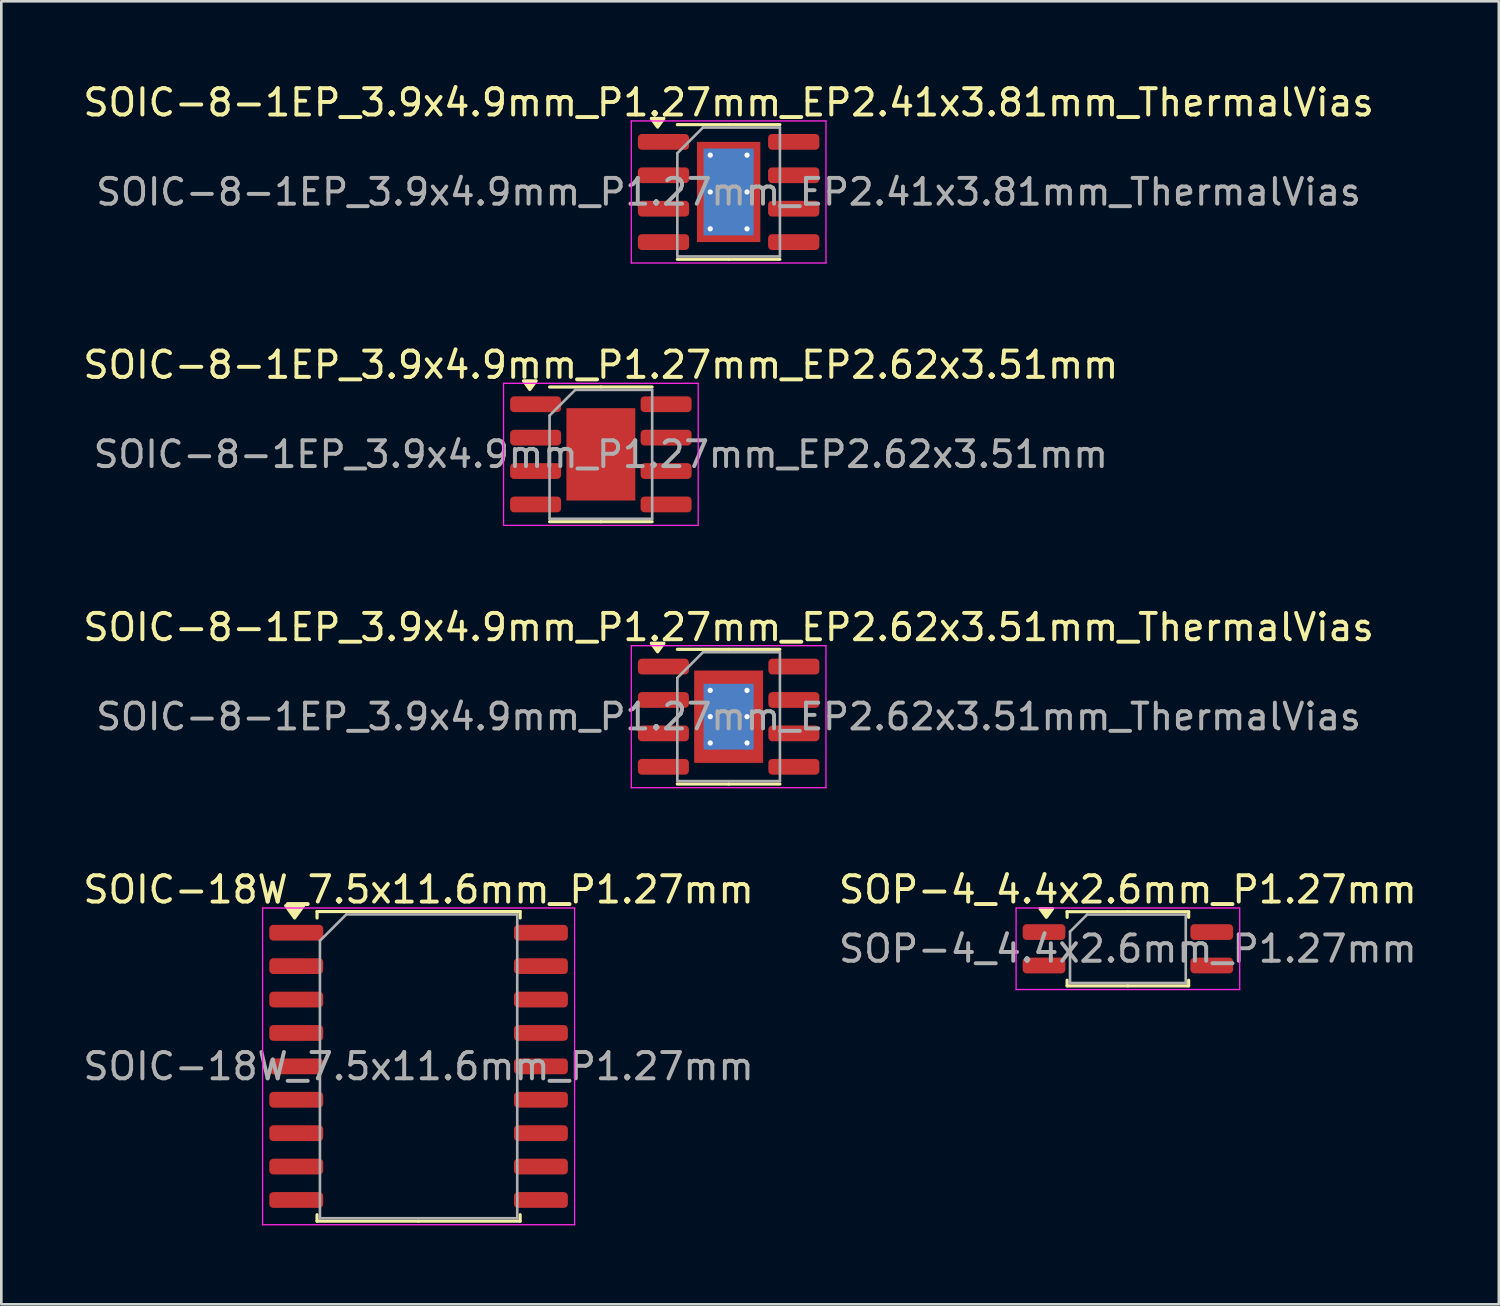
<source format=kicad_pcb>
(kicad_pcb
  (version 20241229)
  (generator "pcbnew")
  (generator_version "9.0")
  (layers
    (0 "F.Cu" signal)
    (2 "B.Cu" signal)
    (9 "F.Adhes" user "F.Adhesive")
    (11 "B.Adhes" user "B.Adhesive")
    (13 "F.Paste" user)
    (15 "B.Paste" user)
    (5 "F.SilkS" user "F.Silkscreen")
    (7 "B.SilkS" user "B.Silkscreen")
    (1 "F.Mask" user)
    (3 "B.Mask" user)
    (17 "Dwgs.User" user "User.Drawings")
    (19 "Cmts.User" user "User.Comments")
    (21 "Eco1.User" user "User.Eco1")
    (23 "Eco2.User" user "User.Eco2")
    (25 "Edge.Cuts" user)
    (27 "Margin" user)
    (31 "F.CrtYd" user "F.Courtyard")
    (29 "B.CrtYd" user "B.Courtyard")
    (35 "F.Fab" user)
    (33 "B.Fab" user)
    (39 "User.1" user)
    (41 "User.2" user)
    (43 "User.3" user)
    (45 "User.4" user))
  (footprint "SOIC-8-1EP_3.9x4.9mm_P1.27mm_EP2.41x3.81mm_ThermalVias"
    (layer "F.Cu")
    (at 24.649 4.248)
    (property "Reference" "SOIC-8-1EP_3.9x4.9mm_P1.27mm_EP2.41x3.81mm_ThermalVias" (at 0 -3.4 0) (layer "F.SilkS") (effects (font (size 1 1) (thickness 0.15))))
    (attr smd)
    (fp_line (start 0 -2.56) (end -1.95 -2.56) (stroke (width 0.12) (type solid)) (layer "F.SilkS"))
    (fp_line (start 0 -2.56) (end 1.95 -2.56) (stroke (width 0.12) (type solid)) (layer "F.SilkS"))
    (fp_line (start 0 2.56) (end -1.95 2.56) (stroke (width 0.12) (type solid)) (layer "F.SilkS"))
    (fp_line (start 0 2.56) (end 1.95 2.56) (stroke (width 0.12) (type solid)) (layer "F.SilkS"))
    (fp_poly (pts (xy -2.7 -2.465) (xy -2.94 -2.795) (xy -2.46 -2.795) (xy -2.7 -2.465)) (stroke (width 0.12) (type solid)) (fill yes) (layer "F.SilkS"))
    (fp_line (start -3.7 -2.7) (end -3.7 2.7) (stroke (width 0.05) (type solid)) (layer "F.CrtYd"))
    (fp_line (start -3.7 2.7) (end 3.7 2.7) (stroke (width 0.05) (type solid)) (layer "F.CrtYd"))
    (fp_line (start 3.7 -2.7) (end -3.7 -2.7) (stroke (width 0.05) (type solid)) (layer "F.CrtYd"))
    (fp_line (start 3.7 2.7) (end 3.7 -2.7) (stroke (width 0.05) (type solid)) (layer "F.CrtYd"))
    (fp_line (start -1.95 -1.475) (end -0.975 -2.45) (stroke (width 0.1) (type solid)) (layer "F.Fab"))
    (fp_line (start -1.95 2.45) (end -1.95 -1.475) (stroke (width 0.1) (type solid)) (layer "F.Fab"))
    (fp_line (start -0.975 -2.45) (end 1.95 -2.45) (stroke (width 0.1) (type solid)) (layer "F.Fab"))
    (fp_line (start 1.95 -2.45) (end 1.95 2.45) (stroke (width 0.1) (type solid)) (layer "F.Fab"))
    (fp_line (start 1.95 2.45) (end -1.95 2.45) (stroke (width 0.1) (type solid)) (layer "F.Fab"))
    (fp_text user "${REFERENCE}" (at 0 0 0) (layer "F.Fab") (effects (font (size 0.98 0.98) (thickness 0.15))))
    (pad "" smd roundrect (at -0.6 -0.95) (size 1.01 1.59) (layers "F.Paste") (roundrect_rratio 0.248))
    (pad "" smd roundrect (at -0.6 0.95) (size 1.01 1.59) (layers "F.Paste") (roundrect_rratio 0.248))
    (pad "" smd roundrect (at 0.6 -0.95) (size 1.01 1.59) (layers "F.Paste") (roundrect_rratio 0.248))
    (pad "" smd roundrect (at 0.6 0.95) (size 1.01 1.59) (layers "F.Paste") (roundrect_rratio 0.248))
    (pad "1" smd roundrect (at -2.475 -1.905) (size 1.95 0.6) (layers "F.Cu" "F.Mask" "F.Paste") (roundrect_rratio 0.25))
    (pad "2" smd roundrect (at -2.475 -0.635) (size 1.95 0.6) (layers "F.Cu" "F.Mask" "F.Paste") (roundrect_rratio 0.25))
    (pad "3" smd roundrect (at -2.475 0.635) (size 1.95 0.6) (layers "F.Cu" "F.Mask" "F.Paste") (roundrect_rratio 0.25))
    (pad "4" smd roundrect (at -2.475 1.905) (size 1.95 0.6) (layers "F.Cu" "F.Mask" "F.Paste") (roundrect_rratio 0.25))
    (pad "5" smd roundrect (at 2.475 1.905) (size 1.95 0.6) (layers "F.Cu" "F.Mask" "F.Paste") (roundrect_rratio 0.25))
    (pad "6" smd roundrect (at 2.475 0.635) (size 1.95 0.6) (layers "F.Cu" "F.Mask" "F.Paste") (roundrect_rratio 0.25))
    (pad "7" smd roundrect (at 2.475 -0.635) (size 1.95 0.6) (layers "F.Cu" "F.Mask" "F.Paste") (roundrect_rratio 0.25))
    (pad "8" smd roundrect (at 2.475 -1.905) (size 1.95 0.6) (layers "F.Cu" "F.Mask" "F.Paste") (roundrect_rratio 0.25))
    (pad "9" thru_hole circle (at -0.7 -1.4) (size 0.5 0.5) (drill 0.2) (property pad_prop_heatsink) (layers "*.Cu"))
    (pad "9" thru_hole circle (at -0.7 0) (size 0.5 0.5) (drill 0.2) (property pad_prop_heatsink) (layers "*.Cu"))
    (pad "9" thru_hole circle (at -0.7 1.4) (size 0.5 0.5) (drill 0.2) (property pad_prop_heatsink) (layers "*.Cu"))
    (pad "9" smd rect (at 0 0) (size 1.9 3.3) (property pad_prop_heatsink) (layers "B.Cu"))
    (pad "9" smd rect (at 0 0) (size 2.41 3.81) (property pad_prop_heatsink) (layers "F.Cu" "F.Mask"))
    (pad "9" thru_hole circle (at 0.7 -1.4) (size 0.5 0.5) (drill 0.2) (property pad_prop_heatsink) (layers "*.Cu"))
    (pad "9" thru_hole circle (at 0.7 0) (size 0.5 0.5) (drill 0.2) (property pad_prop_heatsink) (layers "*.Cu"))
    (pad "9" thru_hole circle (at 0.7 1.4) (size 0.5 0.5) (drill 0.2) (property pad_prop_heatsink) (layers "*.Cu")))
  (footprint "SOIC-18W_7.5x11.6mm_P1.27mm"
    (layer "F.Cu")
    (at 12.863 37.488)
    (property "Reference" "SOIC-18W_7.5x11.6mm_P1.27mm" (at 0 -6.72 0) (layer "F.SilkS") (effects (font (size 1 1) (thickness 0.15))))
    (attr smd)
    (fp_line (start -3.86 -5.885) (end -3.86 -5.64) (stroke (width 0.12) (type solid)) (layer "F.SilkS"))
    (fp_line (start -3.86 5.885) (end -3.86 5.64) (stroke (width 0.12) (type solid)) (layer "F.SilkS"))
    (fp_line (start 0 -5.885) (end -3.86 -5.885) (stroke (width 0.12) (type solid)) (layer "F.SilkS"))
    (fp_line (start 0 -5.885) (end 3.86 -5.885) (stroke (width 0.12) (type solid)) (layer "F.SilkS"))
    (fp_line (start 0 5.885) (end -3.86 5.885) (stroke (width 0.12) (type solid)) (layer "F.SilkS"))
    (fp_line (start 0 5.885) (end 3.86 5.885) (stroke (width 0.12) (type solid)) (layer "F.SilkS"))
    (fp_line (start 3.86 -5.885) (end 3.86 -5.64) (stroke (width 0.12) (type solid)) (layer "F.SilkS"))
    (fp_line (start 3.86 5.885) (end 3.86 5.64) (stroke (width 0.12) (type solid)) (layer "F.SilkS"))
    (fp_poly (pts (xy -4.713 -5.64) (xy -5.053 -6.11) (xy -4.372 -6.11) (xy -4.713 -5.64)) (stroke (width 0.12) (type solid)) (fill yes) (layer "F.SilkS"))
    (fp_line (start -5.93 -6.02) (end -5.93 6.02) (stroke (width 0.05) (type solid)) (layer "F.CrtYd"))
    (fp_line (start -5.93 6.02) (end 5.93 6.02) (stroke (width 0.05) (type solid)) (layer "F.CrtYd"))
    (fp_line (start 5.93 -6.02) (end -5.93 -6.02) (stroke (width 0.05) (type solid)) (layer "F.CrtYd"))
    (fp_line (start 5.93 6.02) (end 5.93 -6.02) (stroke (width 0.05) (type solid)) (layer "F.CrtYd"))
    (fp_line (start -3.75 -4.775) (end -2.75 -5.775) (stroke (width 0.1) (type solid)) (layer "F.Fab"))
    (fp_line (start -3.75 5.775) (end -3.75 -4.775) (stroke (width 0.1) (type solid)) (layer "F.Fab"))
    (fp_line (start -2.75 -5.775) (end 3.75 -5.775) (stroke (width 0.1) (type solid)) (layer "F.Fab"))
    (fp_line (start 3.75 -5.775) (end 3.75 5.775) (stroke (width 0.1) (type solid)) (layer "F.Fab"))
    (fp_line (start 3.75 5.775) (end -3.75 5.775) (stroke (width 0.1) (type solid)) (layer "F.Fab"))
    (fp_text user "${REFERENCE}" (at 0 0 0) (layer "F.Fab") (effects (font (size 1 1) (thickness 0.15))))
    (pad "1" smd roundrect (at -4.65 -5.08) (size 2.05 0.6) (layers "F.Cu" "F.Mask" "F.Paste") (roundrect_rratio 0.25))
    (pad "2" smd roundrect (at -4.65 -3.81) (size 2.05 0.6) (layers "F.Cu" "F.Mask" "F.Paste") (roundrect_rratio 0.25))
    (pad "3" smd roundrect (at -4.65 -2.54) (size 2.05 0.6) (layers "F.Cu" "F.Mask" "F.Paste") (roundrect_rratio 0.25))
    (pad "4" smd roundrect (at -4.65 -1.27) (size 2.05 0.6) (layers "F.Cu" "F.Mask" "F.Paste") (roundrect_rratio 0.25))
    (pad "5" smd roundrect (at -4.65 0) (size 2.05 0.6) (layers "F.Cu" "F.Mask" "F.Paste") (roundrect_rratio 0.25))
    (pad "6" smd roundrect (at -4.65 1.27) (size 2.05 0.6) (layers "F.Cu" "F.Mask" "F.Paste") (roundrect_rratio 0.25))
    (pad "7" smd roundrect (at -4.65 2.54) (size 2.05 0.6) (layers "F.Cu" "F.Mask" "F.Paste") (roundrect_rratio 0.25))
    (pad "8" smd roundrect (at -4.65 3.81) (size 2.05 0.6) (layers "F.Cu" "F.Mask" "F.Paste") (roundrect_rratio 0.25))
    (pad "9" smd roundrect (at -4.65 5.08) (size 2.05 0.6) (layers "F.Cu" "F.Mask" "F.Paste") (roundrect_rratio 0.25))
    (pad "10" smd roundrect (at 4.65 5.08) (size 2.05 0.6) (layers "F.Cu" "F.Mask" "F.Paste") (roundrect_rratio 0.25))
    (pad "11" smd roundrect (at 4.65 3.81) (size 2.05 0.6) (layers "F.Cu" "F.Mask" "F.Paste") (roundrect_rratio 0.25))
    (pad "12" smd roundrect (at 4.65 2.54) (size 2.05 0.6) (layers "F.Cu" "F.Mask" "F.Paste") (roundrect_rratio 0.25))
    (pad "13" smd roundrect (at 4.65 1.27) (size 2.05 0.6) (layers "F.Cu" "F.Mask" "F.Paste") (roundrect_rratio 0.25))
    (pad "14" smd roundrect (at 4.65 0) (size 2.05 0.6) (layers "F.Cu" "F.Mask" "F.Paste") (roundrect_rratio 0.25))
    (pad "15" smd roundrect (at 4.65 -1.27) (size 2.05 0.6) (layers "F.Cu" "F.Mask" "F.Paste") (roundrect_rratio 0.25))
    (pad "16" smd roundrect (at 4.65 -2.54) (size 2.05 0.6) (layers "F.Cu" "F.Mask" "F.Paste") (roundrect_rratio 0.25))
    (pad "17" smd roundrect (at 4.65 -3.81) (size 2.05 0.6) (layers "F.Cu" "F.Mask" "F.Paste") (roundrect_rratio 0.25))
    (pad "18" smd roundrect (at 4.65 -5.08) (size 2.05 0.6) (layers "F.Cu" "F.Mask" "F.Paste") (roundrect_rratio 0.25)))
  (footprint "SOIC-8-1EP_3.9x4.9mm_P1.27mm_EP2.62x3.51mm_ThermalVias"
    (layer "F.Cu")
    (at 24.649 24.195)
    (property "Reference" "SOIC-8-1EP_3.9x4.9mm_P1.27mm_EP2.62x3.51mm_ThermalVias" (at 0 -3.4 0) (layer "F.SilkS") (effects (font (size 1 1) (thickness 0.15))))
    (attr smd)
    (fp_line (start 0 -2.56) (end -1.95 -2.56) (stroke (width 0.12) (type solid)) (layer "F.SilkS"))
    (fp_line (start 0 -2.56) (end 1.95 -2.56) (stroke (width 0.12) (type solid)) (layer "F.SilkS"))
    (fp_line (start 0 2.56) (end -1.95 2.56) (stroke (width 0.12) (type solid)) (layer "F.SilkS"))
    (fp_line (start 0 2.56) (end 1.95 2.56) (stroke (width 0.12) (type solid)) (layer "F.SilkS"))
    (fp_poly (pts (xy -2.7 -2.465) (xy -2.94 -2.795) (xy -2.46 -2.795) (xy -2.7 -2.465)) (stroke (width 0.12) (type solid)) (fill yes) (layer "F.SilkS"))
    (fp_line (start -3.7 -2.7) (end -3.7 2.7) (stroke (width 0.05) (type solid)) (layer "F.CrtYd"))
    (fp_line (start -3.7 2.7) (end 3.7 2.7) (stroke (width 0.05) (type solid)) (layer "F.CrtYd"))
    (fp_line (start 3.7 -2.7) (end -3.7 -2.7) (stroke (width 0.05) (type solid)) (layer "F.CrtYd"))
    (fp_line (start 3.7 2.7) (end 3.7 -2.7) (stroke (width 0.05) (type solid)) (layer "F.CrtYd"))
    (fp_line (start -1.95 -1.475) (end -0.975 -2.45) (stroke (width 0.1) (type solid)) (layer "F.Fab"))
    (fp_line (start -1.95 2.45) (end -1.95 -1.475) (stroke (width 0.1) (type solid)) (layer "F.Fab"))
    (fp_line (start -0.975 -2.45) (end 1.95 -2.45) (stroke (width 0.1) (type solid)) (layer "F.Fab"))
    (fp_line (start 1.95 -2.45) (end 1.95 2.45) (stroke (width 0.1) (type solid)) (layer "F.Fab"))
    (fp_line (start 1.95 2.45) (end -1.95 2.45) (stroke (width 0.1) (type solid)) (layer "F.Fab"))
    (fp_text user "${REFERENCE}" (at 0 0 0) (layer "F.Fab") (effects (font (size 0.98 0.98) (thickness 0.15))))
    (pad "" smd roundrect (at -0.655 -0.875) (size 1.1 1.47) (layers "F.Paste") (roundrect_rratio 0.227))
    (pad "" smd roundrect (at -0.655 0.875) (size 1.1 1.47) (layers "F.Paste") (roundrect_rratio 0.227))
    (pad "" smd roundrect (at 0.655 -0.875) (size 1.1 1.47) (layers "F.Paste") (roundrect_rratio 0.227))
    (pad "" smd roundrect (at 0.655 0.875) (size 1.1 1.47) (layers "F.Paste") (roundrect_rratio 0.227))
    (pad "1" smd roundrect (at -2.48 -1.905) (size 1.94 0.6) (layers "F.Cu" "F.Mask" "F.Paste") (roundrect_rratio 0.25))
    (pad "2" smd roundrect (at -2.48 -0.635) (size 1.94 0.6) (layers "F.Cu" "F.Mask" "F.Paste") (roundrect_rratio 0.25))
    (pad "3" smd roundrect (at -2.48 0.635) (size 1.94 0.6) (layers "F.Cu" "F.Mask" "F.Paste") (roundrect_rratio 0.25))
    (pad "4" smd roundrect (at -2.48 1.905) (size 1.94 0.6) (layers "F.Cu" "F.Mask" "F.Paste") (roundrect_rratio 0.25))
    (pad "5" smd roundrect (at 2.48 1.905) (size 1.94 0.6) (layers "F.Cu" "F.Mask" "F.Paste") (roundrect_rratio 0.25))
    (pad "6" smd roundrect (at 2.48 0.635) (size 1.94 0.6) (layers "F.Cu" "F.Mask" "F.Paste") (roundrect_rratio 0.25))
    (pad "7" smd roundrect (at 2.48 -0.635) (size 1.94 0.6) (layers "F.Cu" "F.Mask" "F.Paste") (roundrect_rratio 0.25))
    (pad "8" smd roundrect (at 2.48 -1.905) (size 1.94 0.6) (layers "F.Cu" "F.Mask" "F.Paste") (roundrect_rratio 0.25))
    (pad "9" thru_hole circle (at -0.7 -1) (size 0.5 0.5) (drill 0.2) (property pad_prop_heatsink) (layers "*.Cu"))
    (pad "9" thru_hole circle (at -0.7 0) (size 0.5 0.5) (drill 0.2) (property pad_prop_heatsink) (layers "*.Cu"))
    (pad "9" thru_hole circle (at -0.7 1) (size 0.5 0.5) (drill 0.2) (property pad_prop_heatsink) (layers "*.Cu"))
    (pad "9" smd rect (at 0 0) (size 1.9 2.5) (property pad_prop_heatsink) (layers "B.Cu"))
    (pad "9" smd rect (at 0 0) (size 2.62 3.51) (property pad_prop_heatsink) (layers "F.Cu" "F.Mask"))
    (pad "9" thru_hole circle (at 0.7 -1) (size 0.5 0.5) (drill 0.2) (property pad_prop_heatsink) (layers "*.Cu"))
    (pad "9" thru_hole circle (at 0.7 0) (size 0.5 0.5) (drill 0.2) (property pad_prop_heatsink) (layers "*.Cu"))
    (pad "9" thru_hole circle (at 0.7 1) (size 0.5 0.5) (drill 0.2) (property pad_prop_heatsink) (layers "*.Cu")))
  (footprint "SOIC-8-1EP_3.9x4.9mm_P1.27mm_EP2.62x3.51mm"
    (layer "F.Cu")
    (at 19.792 14.222)
    (property "Reference" "SOIC-8-1EP_3.9x4.9mm_P1.27mm_EP2.62x3.51mm" (at 0 -3.4 0) (layer "F.SilkS") (effects (font (size 1 1) (thickness 0.15))))
    (attr smd)
    (fp_line (start 0 -2.56) (end -1.95 -2.56) (stroke (width 0.12) (type solid)) (layer "F.SilkS"))
    (fp_line (start 0 -2.56) (end 1.95 -2.56) (stroke (width 0.12) (type solid)) (layer "F.SilkS"))
    (fp_line (start 0 2.56) (end -1.95 2.56) (stroke (width 0.12) (type solid)) (layer "F.SilkS"))
    (fp_line (start 0 2.56) (end 1.95 2.56) (stroke (width 0.12) (type solid)) (layer "F.SilkS"))
    (fp_poly (pts (xy -2.7 -2.465) (xy -2.94 -2.795) (xy -2.46 -2.795) (xy -2.7 -2.465)) (stroke (width 0.12) (type solid)) (fill yes) (layer "F.SilkS"))
    (fp_line (start -3.7 -2.7) (end -3.7 2.7) (stroke (width 0.05) (type solid)) (layer "F.CrtYd"))
    (fp_line (start -3.7 2.7) (end 3.7 2.7) (stroke (width 0.05) (type solid)) (layer "F.CrtYd"))
    (fp_line (start 3.7 -2.7) (end -3.7 -2.7) (stroke (width 0.05) (type solid)) (layer "F.CrtYd"))
    (fp_line (start 3.7 2.7) (end 3.7 -2.7) (stroke (width 0.05) (type solid)) (layer "F.CrtYd"))
    (fp_line (start -1.95 -1.475) (end -0.975 -2.45) (stroke (width 0.1) (type solid)) (layer "F.Fab"))
    (fp_line (start -1.95 2.45) (end -1.95 -1.475) (stroke (width 0.1) (type solid)) (layer "F.Fab"))
    (fp_line (start -0.975 -2.45) (end 1.95 -2.45) (stroke (width 0.1) (type solid)) (layer "F.Fab"))
    (fp_line (start 1.95 -2.45) (end 1.95 2.45) (stroke (width 0.1) (type solid)) (layer "F.Fab"))
    (fp_line (start 1.95 2.45) (end -1.95 2.45) (stroke (width 0.1) (type solid)) (layer "F.Fab"))
    (fp_text user "${REFERENCE}" (at 0 0 0) (layer "F.Fab") (effects (font (size 0.98 0.98) (thickness 0.15))))
    (pad "" smd roundrect (at -0.655 -0.875) (size 1.06 1.41) (layers "F.Paste") (roundrect_rratio 0.236))
    (pad "" smd roundrect (at -0.655 0.875) (size 1.06 1.41) (layers "F.Paste") (roundrect_rratio 0.236))
    (pad "" smd roundrect (at 0.655 -0.875) (size 1.06 1.41) (layers "F.Paste") (roundrect_rratio 0.236))
    (pad "" smd roundrect (at 0.655 0.875) (size 1.06 1.41) (layers "F.Paste") (roundrect_rratio 0.236))
    (pad "1" smd roundrect (at -2.48 -1.905) (size 1.94 0.6) (layers "F.Cu" "F.Mask" "F.Paste") (roundrect_rratio 0.25))
    (pad "2" smd roundrect (at -2.48 -0.635) (size 1.94 0.6) (layers "F.Cu" "F.Mask" "F.Paste") (roundrect_rratio 0.25))
    (pad "3" smd roundrect (at -2.48 0.635) (size 1.94 0.6) (layers "F.Cu" "F.Mask" "F.Paste") (roundrect_rratio 0.25))
    (pad "4" smd roundrect (at -2.48 1.905) (size 1.94 0.6) (layers "F.Cu" "F.Mask" "F.Paste") (roundrect_rratio 0.25))
    (pad "5" smd roundrect (at 2.48 1.905) (size 1.94 0.6) (layers "F.Cu" "F.Mask" "F.Paste") (roundrect_rratio 0.25))
    (pad "6" smd roundrect (at 2.48 0.635) (size 1.94 0.6) (layers "F.Cu" "F.Mask" "F.Paste") (roundrect_rratio 0.25))
    (pad "7" smd roundrect (at 2.48 -0.635) (size 1.94 0.6) (layers "F.Cu" "F.Mask" "F.Paste") (roundrect_rratio 0.25))
    (pad "8" smd roundrect (at 2.48 -1.905) (size 1.94 0.6) (layers "F.Cu" "F.Mask" "F.Paste") (roundrect_rratio 0.25))
    (pad "9" smd rect (at 0 0) (size 2.62 3.51) (property pad_prop_heatsink) (layers "F.Cu" "F.Mask")))
  (footprint "SOP-4_4.4x2.6mm_P1.27mm"
    (layer "F.Cu")
    (at 39.827 33.018)
    (property "Reference" "SOP-4_4.4x2.6mm_P1.27mm" (at 0 -2.25 0) (layer "F.SilkS") (effects (font (size 1 1) (thickness 0.15))))
    (attr smd)
    (fp_line (start -2.31 -1.41) (end -2.31 -1.195) (stroke (width 0.12) (type solid)) (layer "F.SilkS"))
    (fp_line (start -2.31 1.41) (end -2.31 1.195) (stroke (width 0.12) (type solid)) (layer "F.SilkS"))
    (fp_line (start 0 -1.41) (end -2.31 -1.41) (stroke (width 0.12) (type solid)) (layer "F.SilkS"))
    (fp_line (start 0 -1.41) (end 2.31 -1.41) (stroke (width 0.12) (type solid)) (layer "F.SilkS"))
    (fp_line (start 0 1.41) (end -2.31 1.41) (stroke (width 0.12) (type solid)) (layer "F.SilkS"))
    (fp_line (start 0 1.41) (end 2.31 1.41) (stroke (width 0.12) (type solid)) (layer "F.SilkS"))
    (fp_line (start 2.31 -1.41) (end 2.31 -1.195) (stroke (width 0.12) (type solid)) (layer "F.SilkS"))
    (fp_line (start 2.31 1.41) (end 2.31 1.195) (stroke (width 0.12) (type solid)) (layer "F.SilkS"))
    (fp_poly (pts (xy -3.1 -1.195) (xy -3.34 -1.525) (xy -2.86 -1.525) (xy -3.1 -1.195)) (stroke (width 0.12) (type solid)) (fill yes) (layer "F.SilkS"))
    (fp_line (start -4.25 -1.55) (end -4.25 1.55) (stroke (width 0.05) (type solid)) (layer "F.CrtYd"))
    (fp_line (start -4.25 1.55) (end 4.25 1.55) (stroke (width 0.05) (type solid)) (layer "F.CrtYd"))
    (fp_line (start 4.25 -1.55) (end -4.25 -1.55) (stroke (width 0.05) (type solid)) (layer "F.CrtYd"))
    (fp_line (start 4.25 1.55) (end 4.25 -1.55) (stroke (width 0.05) (type solid)) (layer "F.CrtYd"))
    (fp_line (start -2.2 -0.65) (end -1.55 -1.3) (stroke (width 0.1) (type solid)) (layer "F.Fab"))
    (fp_line (start -2.2 1.3) (end -2.2 -0.65) (stroke (width 0.1) (type solid)) (layer "F.Fab"))
    (fp_line (start -1.55 -1.3) (end 2.2 -1.3) (stroke (width 0.1) (type solid)) (layer "F.Fab"))
    (fp_line (start 2.2 -1.3) (end 2.2 1.3) (stroke (width 0.1) (type solid)) (layer "F.Fab"))
    (fp_line (start 2.2 1.3) (end -2.2 1.3) (stroke (width 0.1) (type solid)) (layer "F.Fab"))
    (fp_text user "${REFERENCE}" (at 0 0 0) (layer "F.Fab") (effects (font (size 1 1) (thickness 0.15))))
    (pad "1" smd roundrect (at -3.188 -0.635) (size 1.625 0.6) (layers "F.Cu" "F.Mask" "F.Paste") (roundrect_rratio 0.25))
    (pad "2" smd roundrect (at -3.188 0.635) (size 1.625 0.6) (layers "F.Cu" "F.Mask" "F.Paste") (roundrect_rratio 0.25))
    (pad "3" smd roundrect (at 3.188 0.635) (size 1.625 0.6) (layers "F.Cu" "F.Mask" "F.Paste") (roundrect_rratio 0.25))
    (pad "4" smd roundrect (at 3.188 -0.635) (size 1.625 0.6) (layers "F.Cu" "F.Mask" "F.Paste") (roundrect_rratio 0.25)))
  (gr_rect
    (start -3 -3)
    (end 53.929 46.533)
    (stroke (width 0.1) (type default))
    (fill no)
    (layer "Edge.Cuts")))
</source>
